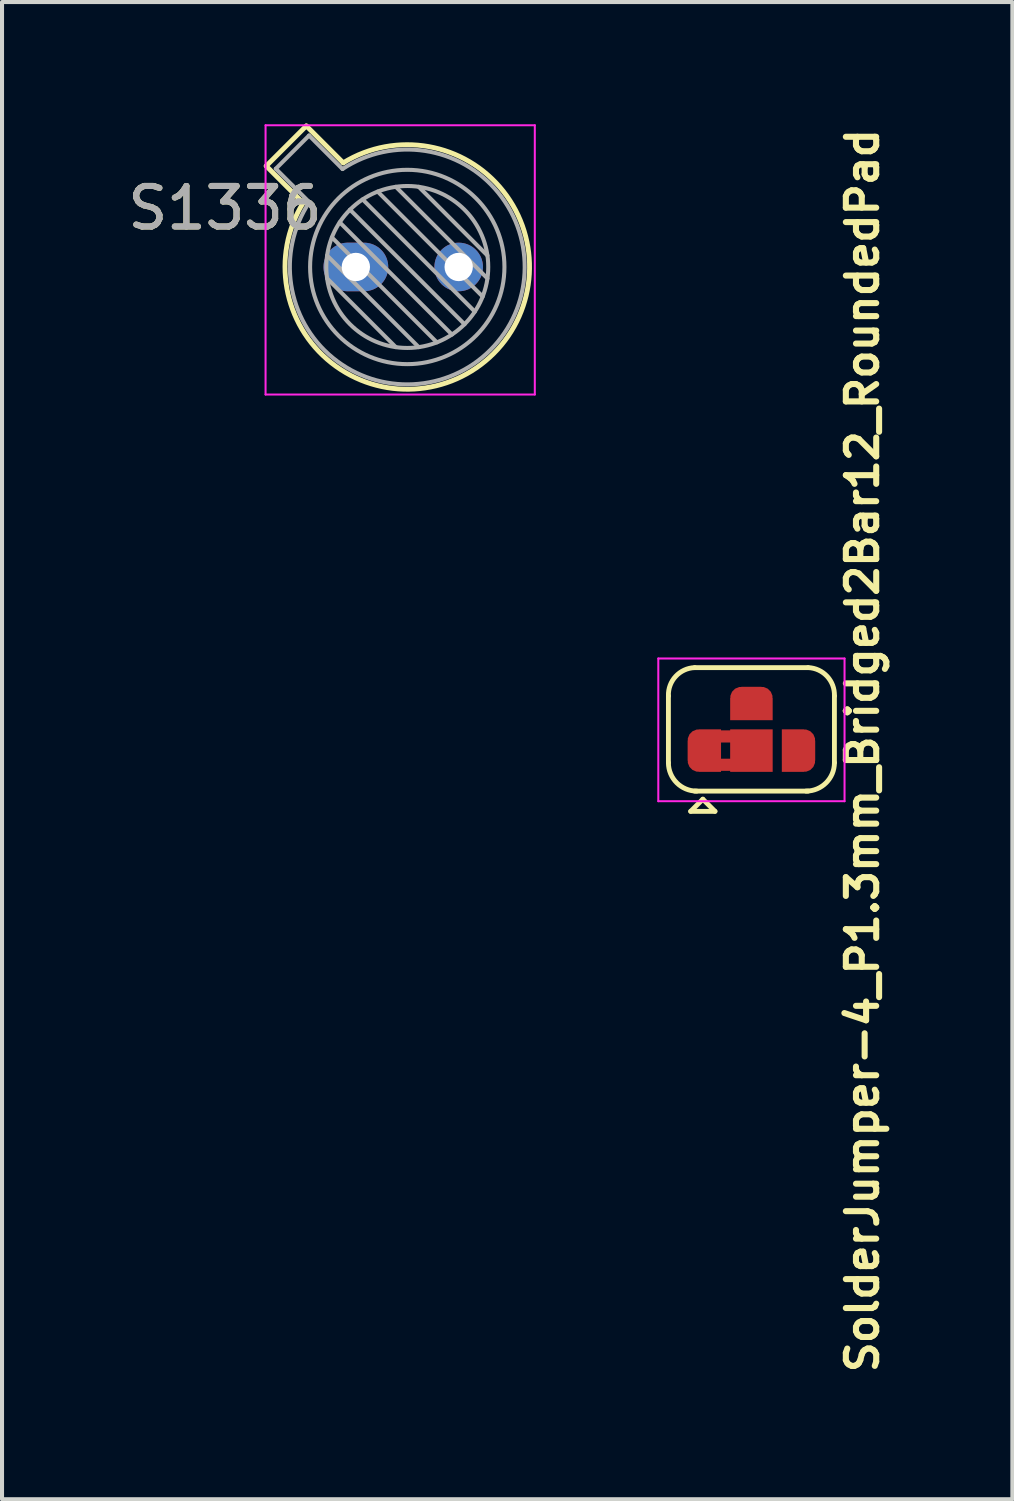
<source format=kicad_pcb>
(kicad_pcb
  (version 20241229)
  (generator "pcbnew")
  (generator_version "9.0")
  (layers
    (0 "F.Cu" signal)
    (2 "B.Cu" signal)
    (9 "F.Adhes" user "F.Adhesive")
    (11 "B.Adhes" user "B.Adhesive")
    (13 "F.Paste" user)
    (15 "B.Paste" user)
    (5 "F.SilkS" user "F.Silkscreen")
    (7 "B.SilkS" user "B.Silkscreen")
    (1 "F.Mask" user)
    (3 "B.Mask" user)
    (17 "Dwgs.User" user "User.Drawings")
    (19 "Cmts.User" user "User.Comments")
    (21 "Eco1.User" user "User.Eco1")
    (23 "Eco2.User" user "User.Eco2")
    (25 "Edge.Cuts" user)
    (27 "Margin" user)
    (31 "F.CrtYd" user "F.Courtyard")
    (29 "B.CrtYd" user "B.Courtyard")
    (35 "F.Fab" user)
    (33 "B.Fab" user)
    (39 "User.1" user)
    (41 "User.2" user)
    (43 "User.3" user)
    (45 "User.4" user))
  (footprint "SolderJumper-4_P1.3mm_Bridged2Bar12_RoundedPad"
    (layer "F.Cu")
    (at 15.509 15.489)
    (property "Reference" "SolderJumper-4_P1.3mm_Bridged2Bar12_RoundedPad" (at 2.743 0 270) (layer "F.SilkS") (effects (font (size 0.75 0.75) (thickness 0.15))))
    (attr exclude_from_pos_files)
    (fp_poly (pts (xy -0.9 -0.5) (xy -0.4 -0.5) (xy -0.4 -0.2) (xy -0.9 -0.2)) (stroke (width 0) (type solid)) (fill yes) (layer "F.Cu"))
    (fp_poly (pts (xy -0.9 0.2) (xy -0.4 0.2) (xy -0.4 0.5) (xy -0.9 0.5)) (stroke (width 0) (type solid)) (fill yes) (layer "F.Cu"))
    (fp_line (start -2.05 0.3) (end -2.05 -1.35) (stroke (width 0.12) (type solid)) (layer "F.SilkS"))
    (fp_line (start -1.5 1.5) (end -0.9 1.5) (stroke (width 0.12) (type solid)) (layer "F.SilkS"))
    (fp_line (start -1.4 -2.05) (end 1.4 -2.05) (stroke (width 0.12) (type solid)) (layer "F.SilkS"))
    (fp_line (start -1.2 1.2) (end -1.5 1.5) (stroke (width 0.12) (type solid)) (layer "F.SilkS"))
    (fp_line (start -1.2 1.2) (end -0.9 1.5) (stroke (width 0.12) (type solid)) (layer "F.SilkS"))
    (fp_line (start 1.4 1) (end -1.4 1) (stroke (width 0.12) (type solid)) (layer "F.SilkS"))
    (fp_line (start 2.05 -1.35) (end 2.05 0.3) (stroke (width 0.12) (type solid)) (layer "F.SilkS"))
    (fp_arc (start -2.05 -1.35) (mid -1.869975 -1.834619) (end -1.4 -2.05) (stroke (width 0.12) (type solid)) (layer "F.SilkS"))
    (fp_arc (start -1.35 1) (mid -1.844975 0.794975) (end -2.05 0.3) (stroke (width 0.12) (type solid)) (layer "F.SilkS"))
    (fp_arc (start 1.4 -2.05) (mid 1.869975 -1.834619) (end 2.05 -1.35) (stroke (width 0.12) (type solid)) (layer "F.SilkS"))
    (fp_arc (start 2.05 0.3) (mid 1.844975 0.794975) (end 1.35 1) (stroke (width 0.12) (type solid)) (layer "F.SilkS"))
    (fp_line (start -2.3 -2.275) (end -2.3 1.25) (stroke (width 0.05) (type solid)) (layer "F.CrtYd"))
    (fp_line (start -2.3 -2.275) (end 2.3 -2.275) (stroke (width 0.05) (type solid)) (layer "F.CrtYd"))
    (fp_line (start 2.3 1.25) (end -2.3 1.25) (stroke (width 0.05) (type solid)) (layer "F.CrtYd"))
    (fp_line (start 2.3 1.25) (end 2.3 -2.275) (stroke (width 0.05) (type solid)) (layer "F.CrtYd"))
    (pad "1" smd custom (at -1.163 0) (size 0.825 0.5) (layers "F.Cu" "F.Mask") (options (anchor rect)) (primitives (gr_circle (center -0.138 0.25) (end -0.138 0.525) (width 0) (fill yes)) (gr_circle (center -0.138 -0.25) (end -0.138 -0.525) (width 0) (fill yes)) (gr_poly (pts (xy 0.412 0.525) (xy -0.138 0.525) (xy -0.138 -0.525) (xy 0.412 -0.525)) (width 0) (fill yes))))
    (pad "2" smd rect (at 0 0) (size 1.05 1.05) (layers "F.Cu" "F.Mask"))
    (pad "3" smd custom (at 1.163 0) (size 0.825 0.5) (layers "F.Cu" "F.Mask") (options (anchor rect)) (primitives (gr_circle (center 0.138 0.25) (end 0.138 0.525) (width 0) (fill yes)) (gr_circle (center 0.138 -0.25) (end 0.138 -0.525) (width 0) (fill yes)) (gr_poly (pts (xy 0.138 0.525) (xy -0.412 0.525) (xy -0.412 -0.525) (xy 0.138 -0.525)) (width 0) (fill yes))))
    (pad "4" smd custom (at 0 -1.163 90) (size 0.825 0.5) (layers "F.Cu" "F.Mask") (options (anchor rect)) (primitives (gr_circle (center 0.138 0.25) (end 0.138 0.525) (width 0) (fill yes)) (gr_circle (center 0.138 -0.25) (end 0.138 -0.525) (width 0) (fill yes)) (gr_poly (pts (xy 0.138 0.525) (xy -0.412 0.525) (xy -0.412 -0.525) (xy 0.138 -0.525)) (width 0) (fill yes)))))
  (footprint "S1336"
    (layer "F.Cu")
    (at 5.739 3.544)
    (property "Reference" "S1336" (at -3.233 -1.455 0) (layer "F.SilkS") (effects (font (size 1 1) (thickness 0.15))))
    (attr through_hole)
    (fp_line (start -2.214 -2.494) (end -1.302 -1.582) (stroke (width 0.12) (type solid)) (layer "F.SilkS"))
    (fp_line (start -1.224 -3.484) (end -2.214 -2.494) (stroke (width 0.12) (type solid)) (layer "F.SilkS"))
    (fp_line (start -0.312 -2.572) (end -1.224 -3.484) (stroke (width 0.12) (type solid)) (layer "F.SilkS"))
    (fp_arc (start -0.312331 -2.572281) (mid 3.405374 2.135551) (end -1.30215 -1.582544) (stroke (width 0.12) (type solid)) (layer "F.SilkS"))
    (fp_line (start -2.23 -3.5) (end -2.23 3.15) (stroke (width 0.05) (type solid)) (layer "F.CrtYd"))
    (fp_line (start -2.23 3.15) (end 4.42 3.15) (stroke (width 0.05) (type solid)) (layer "F.CrtYd"))
    (fp_line (start 4.42 -3.5) (end -2.23 -3.5) (stroke (width 0.05) (type solid)) (layer "F.CrtYd"))
    (fp_line (start 4.42 3.15) (end 4.42 -3.5) (stroke (width 0.05) (type solid)) (layer "F.CrtYd"))
    (fp_line (start -1.977 -2.426) (end -1.149 -1.599) (stroke (width 0.1) (type solid)) (layer "F.Fab"))
    (fp_line (start -1.156 -3.247) (end -1.977 -2.426) (stroke (width 0.1) (type solid)) (layer "F.Fab"))
    (fp_line (start -0.71 -0.283) (end 1.553 1.98) (stroke (width 0.1) (type solid)) (layer "F.Fab"))
    (fp_line (start -0.71 0.283) (end 0.987 1.98) (stroke (width 0.1) (type solid)) (layer "F.Fab"))
    (fp_line (start -0.592 -0.731) (end 2.001 1.862) (stroke (width 0.1) (type solid)) (layer "F.Fab"))
    (fp_line (start -0.399 -1.103) (end 2.373 1.669) (stroke (width 0.1) (type solid)) (layer "F.Fab"))
    (fp_line (start -0.329 -2.419) (end -1.156 -3.247) (stroke (width 0.1) (type solid)) (layer "F.Fab"))
    (fp_line (start -0.145 -1.415) (end 2.685 1.415) (stroke (width 0.1) (type solid)) (layer "F.Fab"))
    (fp_line (start 0.167 -1.669) (end 2.939 1.103) (stroke (width 0.1) (type solid)) (layer "F.Fab"))
    (fp_line (start 0.539 -1.862) (end 3.132 0.731) (stroke (width 0.1) (type solid)) (layer "F.Fab"))
    (fp_line (start 0.987 -1.98) (end 3.25 0.283) (stroke (width 0.1) (type solid)) (layer "F.Fab"))
    (fp_line (start 1.553 -1.98) (end 3.25 -0.283) (stroke (width 0.1) (type solid)) (layer "F.Fab"))
    (fp_arc (start -0.329057 -2.419301) (mid 3.321075 2.050145) (end -1.150029 -1.597956) (stroke (width 0.1) (type solid)) (layer "F.Fab"))
    (fp_circle (center 1.27 0) (end 3.27 0) (stroke (width 0.1) (type solid)) (fill no) (layer "F.Fab"))
    (fp_circle (center 1.27 0) (end 3.67 0) (stroke (width 0.1) (type solid)) (fill no) (layer "F.Fab"))
    (fp_text user "${REFERENCE}" (at -3.233 -1.455 0) (layer "F.Fab") (effects (font (size 1 1) (thickness 0.15))))
    (pad "1" thru_hole oval (at 0 0) (size 1.6 1.2) (drill 0.7) (layers "*.Cu" "*.Mask"))
    (pad "2" thru_hole oval (at 2.54 0) (size 1.2 1.2) (drill 0.7) (layers "*.Cu" "*.Mask")))
  (gr_rect
    (start -3 -3)
    (end 21.954 33.979)
    (stroke (width 0.1) (type default))
    (fill no)
    (layer "Edge.Cuts")))
</source>
